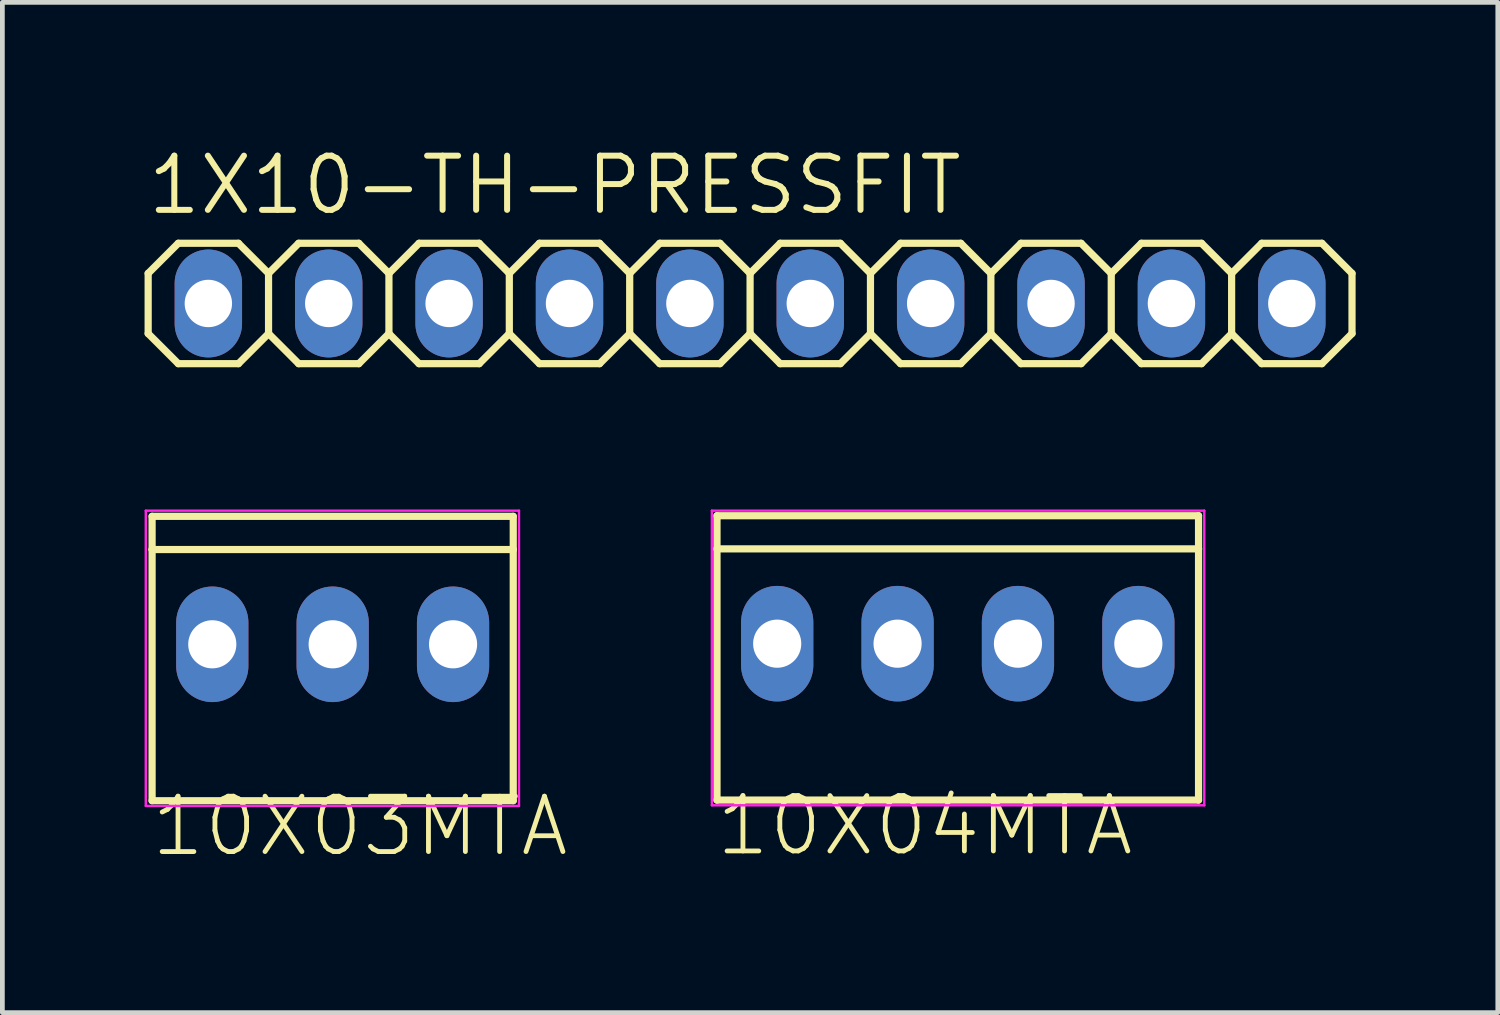
<source format=kicad_pcb>
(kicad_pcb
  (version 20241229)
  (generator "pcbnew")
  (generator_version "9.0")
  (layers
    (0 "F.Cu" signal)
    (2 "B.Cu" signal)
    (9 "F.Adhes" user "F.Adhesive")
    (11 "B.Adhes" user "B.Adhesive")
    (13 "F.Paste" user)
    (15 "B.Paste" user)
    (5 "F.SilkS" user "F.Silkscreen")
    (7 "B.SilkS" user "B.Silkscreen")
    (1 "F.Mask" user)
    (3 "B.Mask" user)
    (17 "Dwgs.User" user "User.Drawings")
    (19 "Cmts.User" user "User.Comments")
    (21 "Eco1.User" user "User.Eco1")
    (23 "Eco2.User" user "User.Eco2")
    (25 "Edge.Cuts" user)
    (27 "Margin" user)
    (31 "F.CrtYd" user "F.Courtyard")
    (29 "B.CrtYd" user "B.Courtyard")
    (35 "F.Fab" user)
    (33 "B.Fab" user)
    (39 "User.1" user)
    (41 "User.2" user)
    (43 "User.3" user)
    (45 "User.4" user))
  (footprint "1X10-TH-PRESSFIT"
    (layer "F.Cu")
    (at 12.776 3.353)
    (property "Reference" "1X10-TH-PRESSFIT" (at -12.776 -1.829 0) (unlocked yes) (layer "F.SilkS") (effects (font (size 1.143 1.143) (thickness 0.127)) (justify left bottom)))
    (fp_line (start -12.7 -0.635) (end -12.7 0.635) (stroke (width 0.152) (type solid)) (layer "F.SilkS"))
    (fp_line (start -12.7 0.635) (end -12.065 1.27) (stroke (width 0.152) (type solid)) (layer "F.SilkS"))
    (fp_line (start -12.065 -1.27) (end -12.7 -0.635) (stroke (width 0.152) (type solid)) (layer "F.SilkS"))
    (fp_line (start -12.065 -1.27) (end -10.795 -1.27) (stroke (width 0.152) (type solid)) (layer "F.SilkS"))
    (fp_line (start -10.795 -1.27) (end -10.16 -0.635) (stroke (width 0.152) (type solid)) (layer "F.SilkS"))
    (fp_line (start -10.795 1.27) (end -12.065 1.27) (stroke (width 0.152) (type solid)) (layer "F.SilkS"))
    (fp_line (start -10.16 -0.635) (end -10.16 0.635) (stroke (width 0.152) (type solid)) (layer "F.SilkS"))
    (fp_line (start -10.16 -0.635) (end -9.525 -1.27) (stroke (width 0.152) (type solid)) (layer "F.SilkS"))
    (fp_line (start -10.16 0.635) (end -10.795 1.27) (stroke (width 0.152) (type solid)) (layer "F.SilkS"))
    (fp_line (start -9.525 -1.27) (end -8.255 -1.27) (stroke (width 0.152) (type solid)) (layer "F.SilkS"))
    (fp_line (start -9.525 1.27) (end -10.16 0.635) (stroke (width 0.152) (type solid)) (layer "F.SilkS"))
    (fp_line (start -8.255 -1.27) (end -7.62 -0.635) (stroke (width 0.152) (type solid)) (layer "F.SilkS"))
    (fp_line (start -8.255 1.27) (end -9.525 1.27) (stroke (width 0.152) (type solid)) (layer "F.SilkS"))
    (fp_line (start -7.62 -0.635) (end -7.62 0.635) (stroke (width 0.152) (type solid)) (layer "F.SilkS"))
    (fp_line (start -7.62 -0.635) (end -6.985 -1.27) (stroke (width 0.152) (type solid)) (layer "F.SilkS"))
    (fp_line (start -7.62 0.635) (end -8.255 1.27) (stroke (width 0.152) (type solid)) (layer "F.SilkS"))
    (fp_line (start -6.985 -1.27) (end -5.715 -1.27) (stroke (width 0.152) (type solid)) (layer "F.SilkS"))
    (fp_line (start -6.985 1.27) (end -7.62 0.635) (stroke (width 0.152) (type solid)) (layer "F.SilkS"))
    (fp_line (start -5.715 -1.27) (end -5.08 -0.635) (stroke (width 0.152) (type solid)) (layer "F.SilkS"))
    (fp_line (start -5.715 1.27) (end -6.985 1.27) (stroke (width 0.152) (type solid)) (layer "F.SilkS"))
    (fp_line (start -5.08 -0.635) (end -5.08 0.635) (stroke (width 0.152) (type solid)) (layer "F.SilkS"))
    (fp_line (start -5.08 0.635) (end -5.715 1.27) (stroke (width 0.152) (type solid)) (layer "F.SilkS"))
    (fp_line (start -5.08 0.635) (end -4.445 1.27) (stroke (width 0.152) (type solid)) (layer "F.SilkS"))
    (fp_line (start -4.445 -1.27) (end -5.08 -0.635) (stroke (width 0.152) (type solid)) (layer "F.SilkS"))
    (fp_line (start -4.445 -1.27) (end -3.175 -1.27) (stroke (width 0.152) (type solid)) (layer "F.SilkS"))
    (fp_line (start -3.175 -1.27) (end -2.54 -0.635) (stroke (width 0.152) (type solid)) (layer "F.SilkS"))
    (fp_line (start -3.175 1.27) (end -4.445 1.27) (stroke (width 0.152) (type solid)) (layer "F.SilkS"))
    (fp_line (start -2.54 -0.635) (end -2.54 0.635) (stroke (width 0.152) (type solid)) (layer "F.SilkS"))
    (fp_line (start -2.54 -0.635) (end -1.905 -1.27) (stroke (width 0.152) (type solid)) (layer "F.SilkS"))
    (fp_line (start -2.54 0.635) (end -3.175 1.27) (stroke (width 0.152) (type solid)) (layer "F.SilkS"))
    (fp_line (start -1.905 -1.27) (end -0.635 -1.27) (stroke (width 0.152) (type solid)) (layer "F.SilkS"))
    (fp_line (start -1.905 1.27) (end -2.54 0.635) (stroke (width 0.152) (type solid)) (layer "F.SilkS"))
    (fp_line (start -0.635 -1.27) (end 0 -0.635) (stroke (width 0.152) (type solid)) (layer "F.SilkS"))
    (fp_line (start -0.635 1.27) (end -1.905 1.27) (stroke (width 0.152) (type solid)) (layer "F.SilkS"))
    (fp_line (start 0 -0.635) (end 0 0.635) (stroke (width 0.152) (type solid)) (layer "F.SilkS"))
    (fp_line (start 0 -0.635) (end 0.635 -1.27) (stroke (width 0.152) (type solid)) (layer "F.SilkS"))
    (fp_line (start 0 0.635) (end -0.635 1.27) (stroke (width 0.152) (type solid)) (layer "F.SilkS"))
    (fp_line (start 0.635 -1.27) (end 1.905 -1.27) (stroke (width 0.152) (type solid)) (layer "F.SilkS"))
    (fp_line (start 0.635 1.27) (end 0 0.635) (stroke (width 0.152) (type solid)) (layer "F.SilkS"))
    (fp_line (start 1.905 -1.27) (end 2.54 -0.635) (stroke (width 0.152) (type solid)) (layer "F.SilkS"))
    (fp_line (start 1.905 1.27) (end 0.635 1.27) (stroke (width 0.152) (type solid)) (layer "F.SilkS"))
    (fp_line (start 2.54 -0.635) (end 2.54 0.635) (stroke (width 0.152) (type solid)) (layer "F.SilkS"))
    (fp_line (start 2.54 0.635) (end 1.905 1.27) (stroke (width 0.152) (type solid)) (layer "F.SilkS"))
    (fp_line (start 2.54 0.635) (end 3.175 1.27) (stroke (width 0.152) (type solid)) (layer "F.SilkS"))
    (fp_line (start 3.175 -1.27) (end 2.54 -0.635) (stroke (width 0.152) (type solid)) (layer "F.SilkS"))
    (fp_line (start 3.175 -1.27) (end 4.445 -1.27) (stroke (width 0.152) (type solid)) (layer "F.SilkS"))
    (fp_line (start 4.445 -1.27) (end 5.08 -0.635) (stroke (width 0.152) (type solid)) (layer "F.SilkS"))
    (fp_line (start 4.445 1.27) (end 3.175 1.27) (stroke (width 0.152) (type solid)) (layer "F.SilkS"))
    (fp_line (start 5.08 -0.635) (end 5.08 0.635) (stroke (width 0.152) (type solid)) (layer "F.SilkS"))
    (fp_line (start 5.08 -0.635) (end 5.715 -1.27) (stroke (width 0.152) (type solid)) (layer "F.SilkS"))
    (fp_line (start 5.08 0.635) (end 4.445 1.27) (stroke (width 0.152) (type solid)) (layer "F.SilkS"))
    (fp_line (start 5.715 -1.27) (end 6.985 -1.27) (stroke (width 0.152) (type solid)) (layer "F.SilkS"))
    (fp_line (start 5.715 1.27) (end 5.08 0.635) (stroke (width 0.152) (type solid)) (layer "F.SilkS"))
    (fp_line (start 6.985 -1.27) (end 7.62 -0.635) (stroke (width 0.152) (type solid)) (layer "F.SilkS"))
    (fp_line (start 6.985 1.27) (end 5.715 1.27) (stroke (width 0.152) (type solid)) (layer "F.SilkS"))
    (fp_line (start 7.62 -0.635) (end 7.62 0.635) (stroke (width 0.152) (type solid)) (layer "F.SilkS"))
    (fp_line (start 7.62 -0.635) (end 8.255 -1.27) (stroke (width 0.152) (type solid)) (layer "F.SilkS"))
    (fp_line (start 7.62 0.635) (end 6.985 1.27) (stroke (width 0.152) (type solid)) (layer "F.SilkS"))
    (fp_line (start 8.255 -1.27) (end 9.525 -1.27) (stroke (width 0.152) (type solid)) (layer "F.SilkS"))
    (fp_line (start 8.255 1.27) (end 7.62 0.635) (stroke (width 0.152) (type solid)) (layer "F.SilkS"))
    (fp_line (start 9.525 -1.27) (end 10.16 -0.635) (stroke (width 0.152) (type solid)) (layer "F.SilkS"))
    (fp_line (start 9.525 1.27) (end 8.255 1.27) (stroke (width 0.152) (type solid)) (layer "F.SilkS"))
    (fp_line (start 10.16 -0.635) (end 10.16 0.635) (stroke (width 0.152) (type solid)) (layer "F.SilkS"))
    (fp_line (start 10.16 0.635) (end 9.525 1.27) (stroke (width 0.152) (type solid)) (layer "F.SilkS"))
    (fp_line (start 10.16 0.635) (end 10.795 1.27) (stroke (width 0.152) (type solid)) (layer "F.SilkS"))
    (fp_line (start 10.795 -1.27) (end 10.16 -0.635) (stroke (width 0.152) (type solid)) (layer "F.SilkS"))
    (fp_line (start 10.795 -1.27) (end 12.065 -1.27) (stroke (width 0.152) (type solid)) (layer "F.SilkS"))
    (fp_line (start 12.065 -1.27) (end 12.7 -0.635) (stroke (width 0.152) (type solid)) (layer "F.SilkS"))
    (fp_line (start 12.065 1.27) (end 10.795 1.27) (stroke (width 0.152) (type solid)) (layer "F.SilkS"))
    (fp_line (start 12.7 -0.635) (end 12.7 0.635) (stroke (width 0.152) (type solid)) (layer "F.SilkS"))
    (fp_line (start 12.7 0.635) (end 12.065 1.27) (stroke (width 0.152) (type solid)) (layer "F.SilkS"))
    (fp_poly (pts (xy -11.684 0.254) (xy -11.176 0.254) (xy -11.176 -0.254) (xy -11.684 -0.254)) (stroke (width 0.1) (type default)) (fill no) (layer "F.Fab"))
    (fp_poly (pts (xy -9.144 0.254) (xy -8.636 0.254) (xy -8.636 -0.254) (xy -9.144 -0.254)) (stroke (width 0.1) (type default)) (fill no) (layer "F.Fab"))
    (fp_poly (pts (xy -6.604 0.254) (xy -6.096 0.254) (xy -6.096 -0.254) (xy -6.604 -0.254)) (stroke (width 0.1) (type default)) (fill no) (layer "F.Fab"))
    (fp_poly (pts (xy -4.064 0.254) (xy -3.556 0.254) (xy -3.556 -0.254) (xy -4.064 -0.254)) (stroke (width 0.1) (type default)) (fill no) (layer "F.Fab"))
    (fp_poly (pts (xy -1.524 0.254) (xy -1.016 0.254) (xy -1.016 -0.254) (xy -1.524 -0.254)) (stroke (width 0.1) (type default)) (fill no) (layer "F.Fab"))
    (fp_poly (pts (xy 1.016 0.254) (xy 1.524 0.254) (xy 1.524 -0.254) (xy 1.016 -0.254)) (stroke (width 0.1) (type default)) (fill no) (layer "F.Fab"))
    (fp_poly (pts (xy 3.556 0.254) (xy 4.064 0.254) (xy 4.064 -0.254) (xy 3.556 -0.254)) (stroke (width 0.1) (type default)) (fill no) (layer "F.Fab"))
    (fp_poly (pts (xy 6.096 0.254) (xy 6.604 0.254) (xy 6.604 -0.254) (xy 6.096 -0.254)) (stroke (width 0.1) (type default)) (fill no) (layer "F.Fab"))
    (fp_poly (pts (xy 8.636 0.254) (xy 9.144 0.254) (xy 9.144 -0.254) (xy 8.636 -0.254)) (stroke (width 0.1) (type default)) (fill no) (layer "F.Fab"))
    (fp_poly (pts (xy 11.176 0.254) (xy 11.684 0.254) (xy 11.684 -0.254) (xy 11.176 -0.254)) (stroke (width 0.1) (type default)) (fill no) (layer "F.Fab"))
    (pad "1" thru_hole oval (at -11.43 0 90) (size 2.276 1.422) (drill 1) (layers "*.Cu" "*.Mask"))
    (pad "2" thru_hole oval (at -8.89 0 90) (size 2.276 1.422) (drill 1) (layers "*.Cu" "*.Mask"))
    (pad "3" thru_hole oval (at -6.35 0 90) (size 2.276 1.422) (drill 1) (layers "*.Cu" "*.Mask"))
    (pad "4" thru_hole oval (at -3.81 0 90) (size 2.276 1.422) (drill 1) (layers "*.Cu" "*.Mask"))
    (pad "5" thru_hole oval (at -1.27 0 90) (size 2.276 1.422) (drill 1) (layers "*.Cu" "*.Mask"))
    (pad "6" thru_hole oval (at 1.27 0 90) (size 2.276 1.422) (drill 1) (layers "*.Cu" "*.Mask"))
    (pad "7" thru_hole oval (at 3.81 0 90) (size 2.276 1.422) (drill 1) (layers "*.Cu" "*.Mask"))
    (pad "8" thru_hole oval (at 6.35 0 90) (size 2.276 1.422) (drill 1) (layers "*.Cu" "*.Mask"))
    (pad "9" thru_hole oval (at 8.89 0 90) (size 2.276 1.422) (drill 1) (layers "*.Cu" "*.Mask"))
    (pad "10" thru_hole oval (at 11.43 0 90) (size 2.276 1.422) (drill 1) (layers "*.Cu" "*.Mask")))
  (footprint "10X04MTA"
    (layer "F.Cu")
    (at 17.158 10.531)
    (property "Reference" "10X04MTA" (at -5.156 4.521 0) (unlocked yes) (layer "F.SilkS") (effects (font (size 1.168 1.168) (thickness 0.102)) (justify left bottom)))
    (fp_line (start -5.08 -2) (end -5.08 -2.7) (stroke (width 0.152) (type solid)) (layer "F.SilkS"))
    (fp_line (start -5.08 3.3) (end -5.08 -2) (stroke (width 0.152) (type solid)) (layer "F.SilkS"))
    (fp_line (start -5.08 3.3) (end 5.08 3.3) (stroke (width 0.152) (type solid)) (layer "F.SilkS"))
    (fp_line (start 5.08 -2.7) (end -5.08 -2.7) (stroke (width 0.152) (type solid)) (layer "F.SilkS"))
    (fp_line (start 5.08 -2.7) (end 5.08 -2) (stroke (width 0.152) (type solid)) (layer "F.SilkS"))
    (fp_line (start 5.08 -2) (end -5.08 -2) (stroke (width 0.152) (type solid)) (layer "F.SilkS"))
    (fp_line (start 5.08 -2) (end 5.08 3.3) (stroke (width 0.152) (type solid)) (layer "F.SilkS"))
    (fp_poly (pts (xy -4.064 0.254) (xy -3.556 0.254) (xy -3.556 -0.254) (xy -4.064 -0.254)) (stroke (width 0) (type default)) (fill yes) (layer "F.SilkS"))
    (fp_poly (pts (xy -1.524 0.254) (xy -1.016 0.254) (xy -1.016 -0.254) (xy -1.524 -0.254)) (stroke (width 0) (type default)) (fill yes) (layer "F.SilkS"))
    (fp_poly (pts (xy 1.016 0.254) (xy 1.524 0.254) (xy 1.524 -0.254) (xy 1.016 -0.254)) (stroke (width 0) (type default)) (fill yes) (layer "F.SilkS"))
    (fp_poly (pts (xy 3.556 0.254) (xy 4.064 0.254) (xy 4.064 -0.254) (xy 3.556 -0.254)) (stroke (width 0) (type default)) (fill yes) (layer "F.SilkS"))
    (fp_line (start -5.188 -2.807) (end 5.201 -2.807) (stroke (width 0.051) (type solid)) (layer "F.CrtYd"))
    (fp_line (start -5.188 3.41) (end -5.188 -2.807) (stroke (width 0.051) (type solid)) (layer "F.CrtYd"))
    (fp_line (start 5.201 -2.807) (end 5.201 3.41) (stroke (width 0.051) (type solid)) (layer "F.CrtYd"))
    (fp_line (start 5.201 3.41) (end -5.188 3.41) (stroke (width 0.051) (type solid)) (layer "F.CrtYd"))
    (pad "1" thru_hole oval (at 3.81 0 270) (size 2.438 1.524) (drill 1.016) (layers "*.Cu" "*.Mask"))
    (pad "2" thru_hole oval (at 1.27 0 270) (size 2.438 1.524) (drill 1.016) (layers "*.Cu" "*.Mask"))
    (pad "3" thru_hole oval (at -1.27 0 270) (size 2.438 1.524) (drill 1.016) (layers "*.Cu" "*.Mask"))
    (pad "4" thru_hole oval (at -3.81 0 270) (size 2.438 1.524) (drill 1.016) (layers "*.Cu" "*.Mask")))
  (footprint "10X03MTA"
    (layer "F.Cu")
    (at 3.969 10.544)
    (property "Reference" "10X03MTA" (at -3.886 4.521 0) (unlocked yes) (layer "F.SilkS") (effects (font (size 1.168 1.168) (thickness 0.102)) (justify left bottom)))
    (fp_line (start -3.81 -2) (end -3.81 -2.7) (stroke (width 0.152) (type solid)) (layer "F.SilkS"))
    (fp_line (start -3.81 3.3) (end -3.81 -2) (stroke (width 0.152) (type solid)) (layer "F.SilkS"))
    (fp_line (start -3.81 3.3) (end 3.81 3.3) (stroke (width 0.152) (type solid)) (layer "F.SilkS"))
    (fp_line (start 3.81 -2.7) (end -3.81 -2.7) (stroke (width 0.152) (type solid)) (layer "F.SilkS"))
    (fp_line (start 3.81 -2.7) (end 3.81 -2) (stroke (width 0.152) (type solid)) (layer "F.SilkS"))
    (fp_line (start 3.81 -2) (end -3.81 -2) (stroke (width 0.152) (type solid)) (layer "F.SilkS"))
    (fp_line (start 3.81 -2) (end 3.81 3.3) (stroke (width 0.152) (type solid)) (layer "F.SilkS"))
    (fp_poly (pts (xy -2.794 0.254) (xy -2.286 0.254) (xy -2.286 -0.254) (xy -2.794 -0.254)) (stroke (width 0) (type default)) (fill yes) (layer "F.SilkS"))
    (fp_poly (pts (xy -0.254 0.254) (xy 0.254 0.254) (xy 0.254 -0.254) (xy -0.254 -0.254)) (stroke (width 0) (type default)) (fill yes) (layer "F.SilkS"))
    (fp_poly (pts (xy 2.286 0.254) (xy 2.794 0.254) (xy 2.794 -0.254) (xy 2.286 -0.254)) (stroke (width 0) (type default)) (fill yes) (layer "F.SilkS"))
    (fp_line (start -3.943 -2.819) (end 3.931 -2.819) (stroke (width 0.051) (type solid)) (layer "F.CrtYd"))
    (fp_line (start -3.943 3.41) (end -3.943 -2.819) (stroke (width 0.051) (type solid)) (layer "F.CrtYd"))
    (fp_line (start 3.931 -2.819) (end 3.931 3.41) (stroke (width 0.051) (type solid)) (layer "F.CrtYd"))
    (fp_line (start 3.931 3.41) (end -3.943 3.41) (stroke (width 0.051) (type solid)) (layer "F.CrtYd"))
    (pad "1" thru_hole oval (at 2.54 0 90) (size 2.438 1.524) (drill 1.016) (layers "*.Cu" "*.Mask"))
    (pad "2" thru_hole oval (at 0 0 90) (size 2.438 1.524) (drill 1.016) (layers "*.Cu" "*.Mask"))
    (pad "3" thru_hole oval (at -2.54 0 90) (size 2.438 1.524) (drill 1.016) (layers "*.Cu" "*.Mask")))
  (gr_rect
    (start -3 -3)
    (end 28.552 18.315)
    (stroke (width 0.1) (type default))
    (fill no)
    (layer "Edge.Cuts")))
</source>
